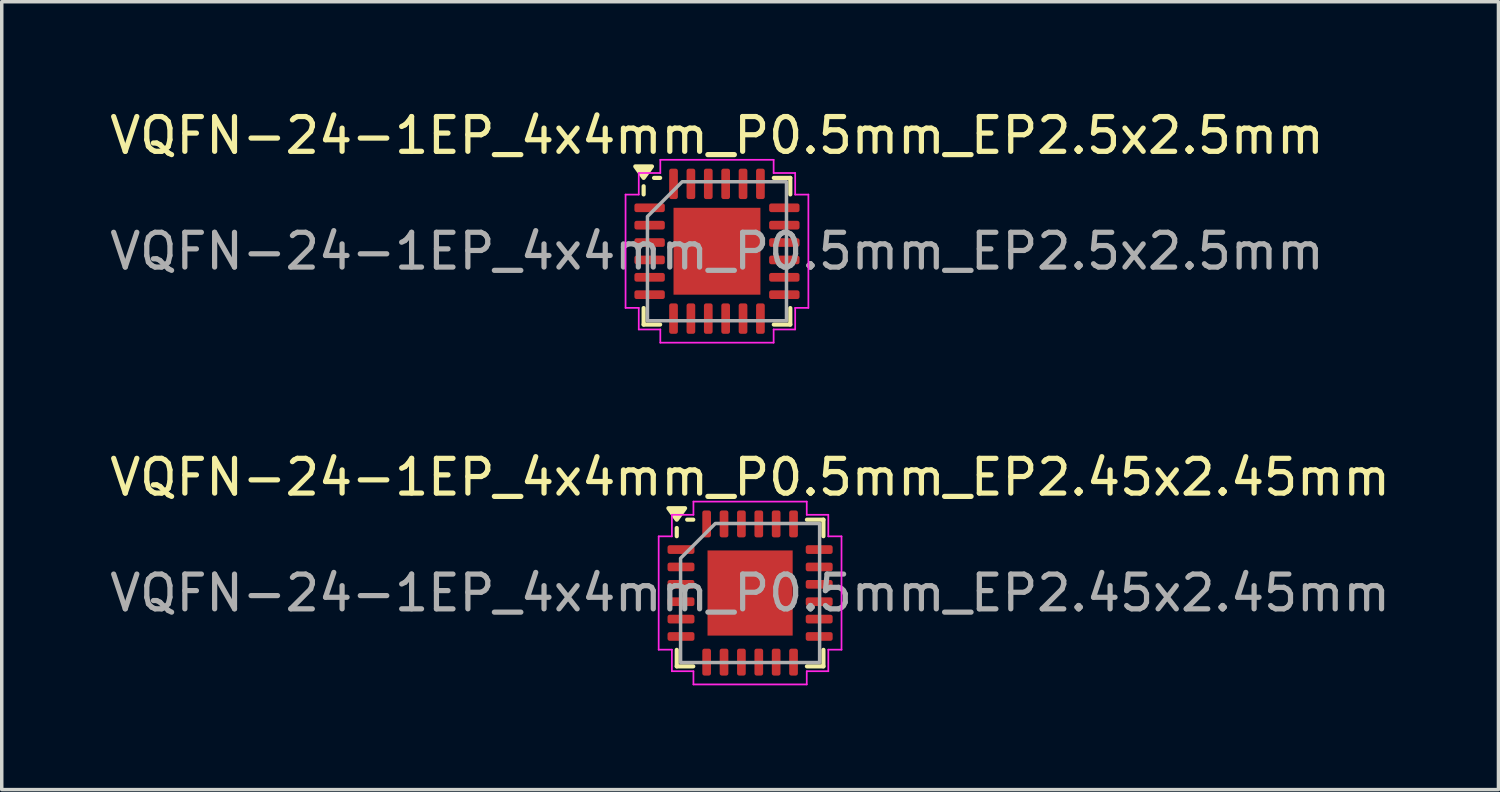
<source format=kicad_pcb>
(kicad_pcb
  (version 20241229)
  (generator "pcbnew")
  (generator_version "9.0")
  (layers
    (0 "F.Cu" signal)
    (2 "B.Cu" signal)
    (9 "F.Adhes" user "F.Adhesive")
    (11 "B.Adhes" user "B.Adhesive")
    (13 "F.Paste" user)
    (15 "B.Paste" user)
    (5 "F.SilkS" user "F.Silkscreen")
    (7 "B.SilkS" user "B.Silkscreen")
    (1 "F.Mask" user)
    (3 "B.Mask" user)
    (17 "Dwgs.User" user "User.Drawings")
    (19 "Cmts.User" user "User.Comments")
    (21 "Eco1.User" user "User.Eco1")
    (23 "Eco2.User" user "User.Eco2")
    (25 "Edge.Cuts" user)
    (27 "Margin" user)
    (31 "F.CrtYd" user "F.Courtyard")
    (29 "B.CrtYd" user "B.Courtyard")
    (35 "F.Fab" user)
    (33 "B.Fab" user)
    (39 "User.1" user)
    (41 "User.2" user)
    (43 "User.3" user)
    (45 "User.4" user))
  (footprint "VQFN-24-1EP_4x4mm_P0.5mm_EP2.45x2.45mm"
    (layer "F.Cu")
    (at 18.53 14.011)
    (property "Reference" "VQFN-24-1EP_4x4mm_P0.5mm_EP2.45x2.45mm" (at 0 -3.33 0) (layer "F.SilkS") (effects (font (size 1 1) (thickness 0.15))))
    (attr smd)
    (fp_line (start -2.11 -1.635) (end -2.11 -1.87) (stroke (width 0.12) (type solid)) (layer "F.SilkS"))
    (fp_line (start -2.11 2.11) (end -2.11 1.635) (stroke (width 0.12) (type solid)) (layer "F.SilkS"))
    (fp_line (start -1.635 -2.11) (end -1.81 -2.11) (stroke (width 0.12) (type solid)) (layer "F.SilkS"))
    (fp_line (start -1.635 2.11) (end -2.11 2.11) (stroke (width 0.12) (type solid)) (layer "F.SilkS"))
    (fp_line (start 1.635 -2.11) (end 2.11 -2.11) (stroke (width 0.12) (type solid)) (layer "F.SilkS"))
    (fp_line (start 1.635 2.11) (end 2.11 2.11) (stroke (width 0.12) (type solid)) (layer "F.SilkS"))
    (fp_line (start 2.11 -2.11) (end 2.11 -1.635) (stroke (width 0.12) (type solid)) (layer "F.SilkS"))
    (fp_line (start 2.11 2.11) (end 2.11 1.635) (stroke (width 0.12) (type solid)) (layer "F.SilkS"))
    (fp_poly (pts (xy -2.11 -2.11) (xy -2.35 -2.44) (xy -1.87 -2.44)) (stroke (width 0.12) (type solid)) (fill yes) (layer "F.SilkS"))
    (fp_line (start -2.63 -1.63) (end -2.25 -1.63) (stroke (width 0.05) (type solid)) (layer "F.CrtYd"))
    (fp_line (start -2.63 1.63) (end -2.63 -1.63) (stroke (width 0.05) (type solid)) (layer "F.CrtYd"))
    (fp_line (start -2.25 -2.25) (end -1.63 -2.25) (stroke (width 0.05) (type solid)) (layer "F.CrtYd"))
    (fp_line (start -2.25 -1.63) (end -2.25 -2.25) (stroke (width 0.05) (type solid)) (layer "F.CrtYd"))
    (fp_line (start -2.25 1.63) (end -2.63 1.63) (stroke (width 0.05) (type solid)) (layer "F.CrtYd"))
    (fp_line (start -2.25 2.25) (end -2.25 1.63) (stroke (width 0.05) (type solid)) (layer "F.CrtYd"))
    (fp_line (start -1.63 -2.63) (end 1.63 -2.63) (stroke (width 0.05) (type solid)) (layer "F.CrtYd"))
    (fp_line (start -1.63 -2.25) (end -1.63 -2.63) (stroke (width 0.05) (type solid)) (layer "F.CrtYd"))
    (fp_line (start -1.63 2.25) (end -2.25 2.25) (stroke (width 0.05) (type solid)) (layer "F.CrtYd"))
    (fp_line (start -1.63 2.63) (end -1.63 2.25) (stroke (width 0.05) (type solid)) (layer "F.CrtYd"))
    (fp_line (start 1.63 -2.63) (end 1.63 -2.25) (stroke (width 0.05) (type solid)) (layer "F.CrtYd"))
    (fp_line (start 1.63 -2.25) (end 2.25 -2.25) (stroke (width 0.05) (type solid)) (layer "F.CrtYd"))
    (fp_line (start 1.63 2.25) (end 1.63 2.63) (stroke (width 0.05) (type solid)) (layer "F.CrtYd"))
    (fp_line (start 1.63 2.63) (end -1.63 2.63) (stroke (width 0.05) (type solid)) (layer "F.CrtYd"))
    (fp_line (start 2.25 -2.25) (end 2.25 -1.63) (stroke (width 0.05) (type solid)) (layer "F.CrtYd"))
    (fp_line (start 2.25 -1.63) (end 2.63 -1.63) (stroke (width 0.05) (type solid)) (layer "F.CrtYd"))
    (fp_line (start 2.25 1.63) (end 2.25 2.25) (stroke (width 0.05) (type solid)) (layer "F.CrtYd"))
    (fp_line (start 2.25 2.25) (end 1.63 2.25) (stroke (width 0.05) (type solid)) (layer "F.CrtYd"))
    (fp_line (start 2.63 -1.63) (end 2.63 1.63) (stroke (width 0.05) (type solid)) (layer "F.CrtYd"))
    (fp_line (start 2.63 1.63) (end 2.25 1.63) (stroke (width 0.05) (type solid)) (layer "F.CrtYd"))
    (fp_poly (pts (xy -2 -1) (xy -2 2) (xy 2 2) (xy 2 -2) (xy -1 -2)) (stroke (width 0.1) (type solid)) (fill no) (layer "F.Fab"))
    (fp_text user "${REFERENCE}" (at 0 0 0) (layer "F.Fab") (effects (font (size 1 1) (thickness 0.15))))
    (pad "" smd roundrect (at -0.82 -0.82) (size 0.66 0.66) (layers "F.Paste") (roundrect_rratio 0.25))
    (pad "" smd roundrect (at -0.82 0) (size 0.66 0.66) (layers "F.Paste") (roundrect_rratio 0.25))
    (pad "" smd roundrect (at -0.82 0.82) (size 0.66 0.66) (layers "F.Paste") (roundrect_rratio 0.25))
    (pad "" smd roundrect (at 0 -0.82) (size 0.66 0.66) (layers "F.Paste") (roundrect_rratio 0.25))
    (pad "" smd roundrect (at 0 0) (size 0.66 0.66) (layers "F.Paste") (roundrect_rratio 0.25))
    (pad "" smd roundrect (at 0 0.82) (size 0.66 0.66) (layers "F.Paste") (roundrect_rratio 0.25))
    (pad "" smd roundrect (at 0.82 -0.82) (size 0.66 0.66) (layers "F.Paste") (roundrect_rratio 0.25))
    (pad "" smd roundrect (at 0.82 0) (size 0.66 0.66) (layers "F.Paste") (roundrect_rratio 0.25))
    (pad "" smd roundrect (at 0.82 0.82) (size 0.66 0.66) (layers "F.Paste") (roundrect_rratio 0.25))
    (pad "1" smd roundrect (at -1.988 -1.25) (size 0.775 0.25) (layers "F.Cu" "F.Mask" "F.Paste") (roundrect_rratio 0.25))
    (pad "2" smd roundrect (at -1.988 -0.75) (size 0.775 0.25) (layers "F.Cu" "F.Mask" "F.Paste") (roundrect_rratio 0.25))
    (pad "3" smd roundrect (at -1.988 -0.25) (size 0.775 0.25) (layers "F.Cu" "F.Mask" "F.Paste") (roundrect_rratio 0.25))
    (pad "4" smd roundrect (at -1.988 0.25) (size 0.775 0.25) (layers "F.Cu" "F.Mask" "F.Paste") (roundrect_rratio 0.25))
    (pad "5" smd roundrect (at -1.988 0.75) (size 0.775 0.25) (layers "F.Cu" "F.Mask" "F.Paste") (roundrect_rratio 0.25))
    (pad "6" smd roundrect (at -1.988 1.25) (size 0.775 0.25) (layers "F.Cu" "F.Mask" "F.Paste") (roundrect_rratio 0.25))
    (pad "7" smd roundrect (at -1.25 1.988) (size 0.25 0.775) (layers "F.Cu" "F.Mask" "F.Paste") (roundrect_rratio 0.25))
    (pad "8" smd roundrect (at -0.75 1.988) (size 0.25 0.775) (layers "F.Cu" "F.Mask" "F.Paste") (roundrect_rratio 0.25))
    (pad "9" smd roundrect (at -0.25 1.988) (size 0.25 0.775) (layers "F.Cu" "F.Mask" "F.Paste") (roundrect_rratio 0.25))
    (pad "10" smd roundrect (at 0.25 1.988) (size 0.25 0.775) (layers "F.Cu" "F.Mask" "F.Paste") (roundrect_rratio 0.25))
    (pad "11" smd roundrect (at 0.75 1.988) (size 0.25 0.775) (layers "F.Cu" "F.Mask" "F.Paste") (roundrect_rratio 0.25))
    (pad "12" smd roundrect (at 1.25 1.988) (size 0.25 0.775) (layers "F.Cu" "F.Mask" "F.Paste") (roundrect_rratio 0.25))
    (pad "13" smd roundrect (at 1.988 1.25) (size 0.775 0.25) (layers "F.Cu" "F.Mask" "F.Paste") (roundrect_rratio 0.25))
    (pad "14" smd roundrect (at 1.988 0.75) (size 0.775 0.25) (layers "F.Cu" "F.Mask" "F.Paste") (roundrect_rratio 0.25))
    (pad "15" smd roundrect (at 1.988 0.25) (size 0.775 0.25) (layers "F.Cu" "F.Mask" "F.Paste") (roundrect_rratio 0.25))
    (pad "16" smd roundrect (at 1.988 -0.25) (size 0.775 0.25) (layers "F.Cu" "F.Mask" "F.Paste") (roundrect_rratio 0.25))
    (pad "17" smd roundrect (at 1.988 -0.75) (size 0.775 0.25) (layers "F.Cu" "F.Mask" "F.Paste") (roundrect_rratio 0.25))
    (pad "18" smd roundrect (at 1.988 -1.25) (size 0.775 0.25) (layers "F.Cu" "F.Mask" "F.Paste") (roundrect_rratio 0.25))
    (pad "19" smd roundrect (at 1.25 -1.988) (size 0.25 0.775) (layers "F.Cu" "F.Mask" "F.Paste") (roundrect_rratio 0.25))
    (pad "20" smd roundrect (at 0.75 -1.988) (size 0.25 0.775) (layers "F.Cu" "F.Mask" "F.Paste") (roundrect_rratio 0.25))
    (pad "21" smd roundrect (at 0.25 -1.988) (size 0.25 0.775) (layers "F.Cu" "F.Mask" "F.Paste") (roundrect_rratio 0.25))
    (pad "22" smd roundrect (at -0.25 -1.988) (size 0.25 0.775) (layers "F.Cu" "F.Mask" "F.Paste") (roundrect_rratio 0.25))
    (pad "23" smd roundrect (at -0.75 -1.988) (size 0.25 0.775) (layers "F.Cu" "F.Mask" "F.Paste") (roundrect_rratio 0.25))
    (pad "24" smd roundrect (at -1.25 -1.988) (size 0.25 0.775) (layers "F.Cu" "F.Mask" "F.Paste") (roundrect_rratio 0.25))
    (pad "25" smd rect (at 0 0) (size 2.45 2.45) (property pad_prop_heatsink) (layers "F.Cu" "F.Mask")))
  (footprint "VQFN-24-1EP_4x4mm_P0.5mm_EP2.5x2.5mm"
    (layer "F.Cu")
    (at 17.577 4.178)
    (property "Reference" "VQFN-24-1EP_4x4mm_P0.5mm_EP2.5x2.5mm" (at 0 -3.33 0) (layer "F.SilkS") (effects (font (size 1 1) (thickness 0.15))))
    (attr smd)
    (fp_line (start -2.11 -1.635) (end -2.11 -1.87) (stroke (width 0.12) (type solid)) (layer "F.SilkS"))
    (fp_line (start -2.11 2.11) (end -2.11 1.635) (stroke (width 0.12) (type solid)) (layer "F.SilkS"))
    (fp_line (start -1.635 -2.11) (end -1.81 -2.11) (stroke (width 0.12) (type solid)) (layer "F.SilkS"))
    (fp_line (start -1.635 2.11) (end -2.11 2.11) (stroke (width 0.12) (type solid)) (layer "F.SilkS"))
    (fp_line (start 1.635 -2.11) (end 2.11 -2.11) (stroke (width 0.12) (type solid)) (layer "F.SilkS"))
    (fp_line (start 1.635 2.11) (end 2.11 2.11) (stroke (width 0.12) (type solid)) (layer "F.SilkS"))
    (fp_line (start 2.11 -2.11) (end 2.11 -1.635) (stroke (width 0.12) (type solid)) (layer "F.SilkS"))
    (fp_line (start 2.11 2.11) (end 2.11 1.635) (stroke (width 0.12) (type solid)) (layer "F.SilkS"))
    (fp_poly (pts (xy -2.11 -2.11) (xy -2.35 -2.44) (xy -1.87 -2.44)) (stroke (width 0.12) (type solid)) (fill yes) (layer "F.SilkS"))
    (fp_line (start -2.63 -1.63) (end -2.25 -1.63) (stroke (width 0.05) (type solid)) (layer "F.CrtYd"))
    (fp_line (start -2.63 1.63) (end -2.63 -1.63) (stroke (width 0.05) (type solid)) (layer "F.CrtYd"))
    (fp_line (start -2.25 -2.25) (end -1.63 -2.25) (stroke (width 0.05) (type solid)) (layer "F.CrtYd"))
    (fp_line (start -2.25 -1.63) (end -2.25 -2.25) (stroke (width 0.05) (type solid)) (layer "F.CrtYd"))
    (fp_line (start -2.25 1.63) (end -2.63 1.63) (stroke (width 0.05) (type solid)) (layer "F.CrtYd"))
    (fp_line (start -2.25 2.25) (end -2.25 1.63) (stroke (width 0.05) (type solid)) (layer "F.CrtYd"))
    (fp_line (start -1.63 -2.63) (end 1.63 -2.63) (stroke (width 0.05) (type solid)) (layer "F.CrtYd"))
    (fp_line (start -1.63 -2.25) (end -1.63 -2.63) (stroke (width 0.05) (type solid)) (layer "F.CrtYd"))
    (fp_line (start -1.63 2.25) (end -2.25 2.25) (stroke (width 0.05) (type solid)) (layer "F.CrtYd"))
    (fp_line (start -1.63 2.63) (end -1.63 2.25) (stroke (width 0.05) (type solid)) (layer "F.CrtYd"))
    (fp_line (start 1.63 -2.63) (end 1.63 -2.25) (stroke (width 0.05) (type solid)) (layer "F.CrtYd"))
    (fp_line (start 1.63 -2.25) (end 2.25 -2.25) (stroke (width 0.05) (type solid)) (layer "F.CrtYd"))
    (fp_line (start 1.63 2.25) (end 1.63 2.63) (stroke (width 0.05) (type solid)) (layer "F.CrtYd"))
    (fp_line (start 1.63 2.63) (end -1.63 2.63) (stroke (width 0.05) (type solid)) (layer "F.CrtYd"))
    (fp_line (start 2.25 -2.25) (end 2.25 -1.63) (stroke (width 0.05) (type solid)) (layer "F.CrtYd"))
    (fp_line (start 2.25 -1.63) (end 2.63 -1.63) (stroke (width 0.05) (type solid)) (layer "F.CrtYd"))
    (fp_line (start 2.25 1.63) (end 2.25 2.25) (stroke (width 0.05) (type solid)) (layer "F.CrtYd"))
    (fp_line (start 2.25 2.25) (end 1.63 2.25) (stroke (width 0.05) (type solid)) (layer "F.CrtYd"))
    (fp_line (start 2.63 -1.63) (end 2.63 1.63) (stroke (width 0.05) (type solid)) (layer "F.CrtYd"))
    (fp_line (start 2.63 1.63) (end 2.25 1.63) (stroke (width 0.05) (type solid)) (layer "F.CrtYd"))
    (fp_poly (pts (xy -2 -1) (xy -2 2) (xy 2 2) (xy 2 -2) (xy -1 -2)) (stroke (width 0.1) (type solid)) (fill no) (layer "F.Fab"))
    (fp_text user "${REFERENCE}" (at 0 0 0) (layer "F.Fab") (effects (font (size 1 1) (thickness 0.15))))
    (pad "" smd roundrect (at -0.625 -0.625) (size 1.01 1.01) (layers "F.Paste") (roundrect_rratio 0.248))
    (pad "" smd roundrect (at -0.625 0.625) (size 1.01 1.01) (layers "F.Paste") (roundrect_rratio 0.248))
    (pad "" smd roundrect (at 0.625 -0.625) (size 1.01 1.01) (layers "F.Paste") (roundrect_rratio 0.248))
    (pad "" smd roundrect (at 0.625 0.625) (size 1.01 1.01) (layers "F.Paste") (roundrect_rratio 0.248))
    (pad "1" smd roundrect (at -1.938 -1.25) (size 0.875 0.25) (layers "F.Cu" "F.Mask" "F.Paste") (roundrect_rratio 0.25))
    (pad "2" smd roundrect (at -1.938 -0.75) (size 0.875 0.25) (layers "F.Cu" "F.Mask" "F.Paste") (roundrect_rratio 0.25))
    (pad "3" smd roundrect (at -1.938 -0.25) (size 0.875 0.25) (layers "F.Cu" "F.Mask" "F.Paste") (roundrect_rratio 0.25))
    (pad "4" smd roundrect (at -1.938 0.25) (size 0.875 0.25) (layers "F.Cu" "F.Mask" "F.Paste") (roundrect_rratio 0.25))
    (pad "5" smd roundrect (at -1.938 0.75) (size 0.875 0.25) (layers "F.Cu" "F.Mask" "F.Paste") (roundrect_rratio 0.25))
    (pad "6" smd roundrect (at -1.938 1.25) (size 0.875 0.25) (layers "F.Cu" "F.Mask" "F.Paste") (roundrect_rratio 0.25))
    (pad "7" smd roundrect (at -1.25 1.938) (size 0.25 0.875) (layers "F.Cu" "F.Mask" "F.Paste") (roundrect_rratio 0.25))
    (pad "8" smd roundrect (at -0.75 1.938) (size 0.25 0.875) (layers "F.Cu" "F.Mask" "F.Paste") (roundrect_rratio 0.25))
    (pad "9" smd roundrect (at -0.25 1.938) (size 0.25 0.875) (layers "F.Cu" "F.Mask" "F.Paste") (roundrect_rratio 0.25))
    (pad "10" smd roundrect (at 0.25 1.938) (size 0.25 0.875) (layers "F.Cu" "F.Mask" "F.Paste") (roundrect_rratio 0.25))
    (pad "11" smd roundrect (at 0.75 1.938) (size 0.25 0.875) (layers "F.Cu" "F.Mask" "F.Paste") (roundrect_rratio 0.25))
    (pad "12" smd roundrect (at 1.25 1.938) (size 0.25 0.875) (layers "F.Cu" "F.Mask" "F.Paste") (roundrect_rratio 0.25))
    (pad "13" smd roundrect (at 1.938 1.25) (size 0.875 0.25) (layers "F.Cu" "F.Mask" "F.Paste") (roundrect_rratio 0.25))
    (pad "14" smd roundrect (at 1.938 0.75) (size 0.875 0.25) (layers "F.Cu" "F.Mask" "F.Paste") (roundrect_rratio 0.25))
    (pad "15" smd roundrect (at 1.938 0.25) (size 0.875 0.25) (layers "F.Cu" "F.Mask" "F.Paste") (roundrect_rratio 0.25))
    (pad "16" smd roundrect (at 1.938 -0.25) (size 0.875 0.25) (layers "F.Cu" "F.Mask" "F.Paste") (roundrect_rratio 0.25))
    (pad "17" smd roundrect (at 1.938 -0.75) (size 0.875 0.25) (layers "F.Cu" "F.Mask" "F.Paste") (roundrect_rratio 0.25))
    (pad "18" smd roundrect (at 1.938 -1.25) (size 0.875 0.25) (layers "F.Cu" "F.Mask" "F.Paste") (roundrect_rratio 0.25))
    (pad "19" smd roundrect (at 1.25 -1.938) (size 0.25 0.875) (layers "F.Cu" "F.Mask" "F.Paste") (roundrect_rratio 0.25))
    (pad "20" smd roundrect (at 0.75 -1.938) (size 0.25 0.875) (layers "F.Cu" "F.Mask" "F.Paste") (roundrect_rratio 0.25))
    (pad "21" smd roundrect (at 0.25 -1.938) (size 0.25 0.875) (layers "F.Cu" "F.Mask" "F.Paste") (roundrect_rratio 0.25))
    (pad "22" smd roundrect (at -0.25 -1.938) (size 0.25 0.875) (layers "F.Cu" "F.Mask" "F.Paste") (roundrect_rratio 0.25))
    (pad "23" smd roundrect (at -0.75 -1.938) (size 0.25 0.875) (layers "F.Cu" "F.Mask" "F.Paste") (roundrect_rratio 0.25))
    (pad "24" smd roundrect (at -1.25 -1.938) (size 0.25 0.875) (layers "F.Cu" "F.Mask" "F.Paste") (roundrect_rratio 0.25))
    (pad "25" smd rect (at 0 0) (size 2.5 2.5) (property pad_prop_heatsink) (layers "F.Cu" "F.Mask")))
  (gr_rect
    (start -3 -3)
    (end 40.06 19.666)
    (stroke (width 0.1) (type default))
    (fill no)
    (layer "Edge.Cuts")))
</source>
